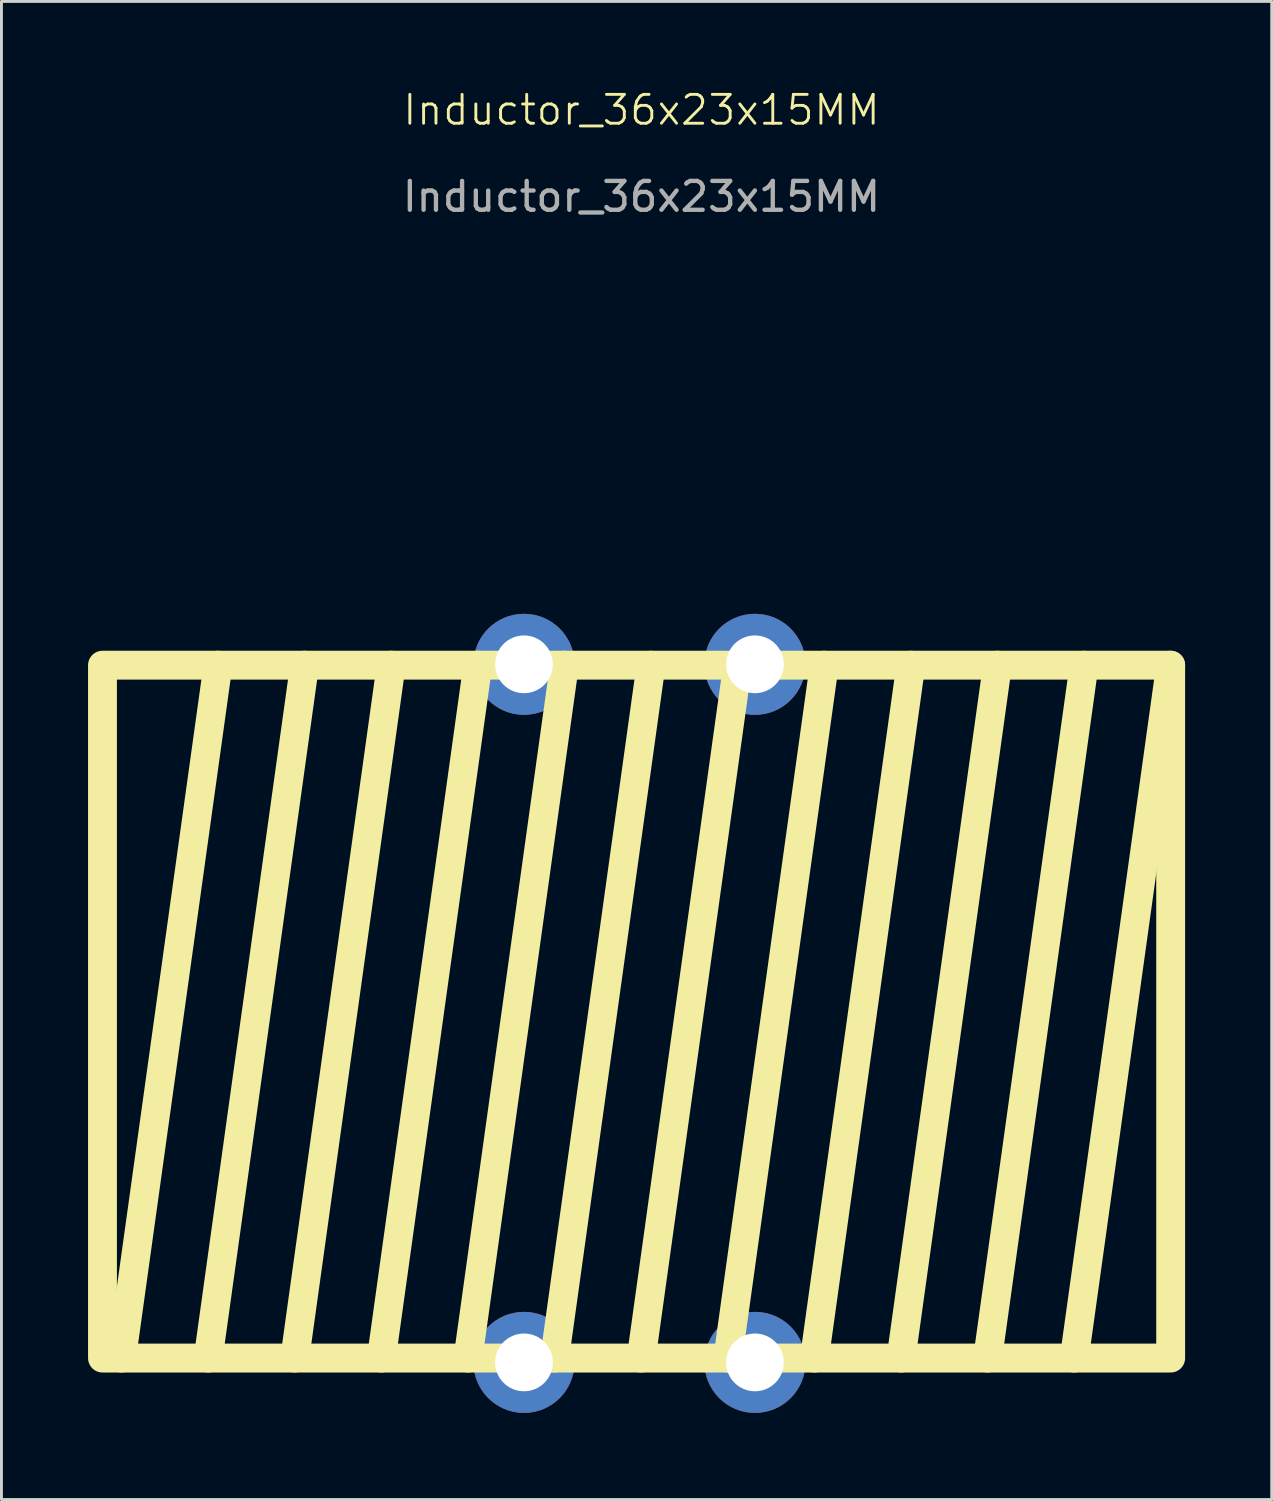
<source format=kicad_pcb>
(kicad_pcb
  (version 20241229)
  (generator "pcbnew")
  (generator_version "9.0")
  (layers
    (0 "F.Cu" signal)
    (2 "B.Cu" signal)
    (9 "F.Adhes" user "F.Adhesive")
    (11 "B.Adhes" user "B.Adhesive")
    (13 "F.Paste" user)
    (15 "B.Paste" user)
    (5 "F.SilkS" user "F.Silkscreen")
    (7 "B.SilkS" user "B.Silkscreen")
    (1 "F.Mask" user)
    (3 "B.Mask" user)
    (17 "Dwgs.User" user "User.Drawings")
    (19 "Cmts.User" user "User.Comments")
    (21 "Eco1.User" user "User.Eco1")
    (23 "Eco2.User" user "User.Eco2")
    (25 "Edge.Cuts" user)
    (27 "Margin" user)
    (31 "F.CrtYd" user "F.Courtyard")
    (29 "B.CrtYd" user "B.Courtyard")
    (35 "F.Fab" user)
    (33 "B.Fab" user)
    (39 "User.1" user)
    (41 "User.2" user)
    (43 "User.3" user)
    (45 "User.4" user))
  (footprint "Inductor_36x23x15MM"
    (layer "F.Cu")
    (at 19 31.991)
    (property "Reference" "Inductor_36x23x15MM" (at 0.17 -31.23 0) (unlocked yes) (layer "F.SilkS") (effects (font (size 1 1) (thickness 0.1))))
    (attr through_hole)
    (fp_line (start -17.84 12) (end -14.5 -12) (stroke (width 1) (type solid)) (layer "F.SilkS"))
    (fp_line (start -14.84 12) (end -11.5 -12) (stroke (width 1) (type solid)) (layer "F.SilkS"))
    (fp_line (start -11.84 12) (end -8.5 -12) (stroke (width 1) (type solid)) (layer "F.SilkS"))
    (fp_line (start -8.84 12) (end -5.5 -12) (stroke (width 1) (type solid)) (layer "F.SilkS"))
    (fp_line (start -5.84 12) (end -2.5 -12) (stroke (width 1) (type solid)) (layer "F.SilkS"))
    (fp_line (start -2.84 12) (end 0.5 -12) (stroke (width 1) (type solid)) (layer "F.SilkS"))
    (fp_line (start 0.16 12) (end 3.5 -12) (stroke (width 1) (type solid)) (layer "F.SilkS"))
    (fp_line (start 3.16 12) (end 6.5 -12) (stroke (width 1) (type solid)) (layer "F.SilkS"))
    (fp_line (start 6.16 12) (end 9.5 -12) (stroke (width 1) (type solid)) (layer "F.SilkS"))
    (fp_line (start 9.16 12) (end 12.5 -12) (stroke (width 1) (type solid)) (layer "F.SilkS"))
    (fp_line (start 12.16 12) (end 15.5 -12) (stroke (width 1) (type solid)) (layer "F.SilkS"))
    (fp_line (start 15.16 12) (end 18.5 -12) (stroke (width 1) (type solid)) (layer "F.SilkS"))
    (fp_rect (start -18.5 -12) (end 18.5 12) (stroke (width 1) (type solid)) (fill no) (layer "F.SilkS"))
    (fp_text user "${REFERENCE}" (at 0.17 -28.23 0) (unlocked yes) (layer "F.Fab") (effects (font (size 1 1) (thickness 0.15))))
    (pad "1" thru_hole circle (at -3.9 12.15) (size 3.5 3.5) (drill 2) (layers "*.Cu" "*.Mask"))
    (pad "1" thru_hole circle (at 4.1 12.15) (size 3.5 3.5) (drill 2) (layers "*.Cu" "*.Mask"))
    (pad "2" thru_hole circle (at -3.9 -12.03) (size 3.5 3.5) (drill 2) (layers "*.Cu" "*.Mask"))
    (pad "2" thru_hole circle (at 4.1 -12.03) (size 3.5 3.5) (drill 2) (layers "*.Cu" "*.Mask")))
  (gr_rect
    (start -3 -3)
    (end 41 48.891)
    (stroke (width 0.1) (type default))
    (fill no)
    (layer "Edge.Cuts")))
</source>
